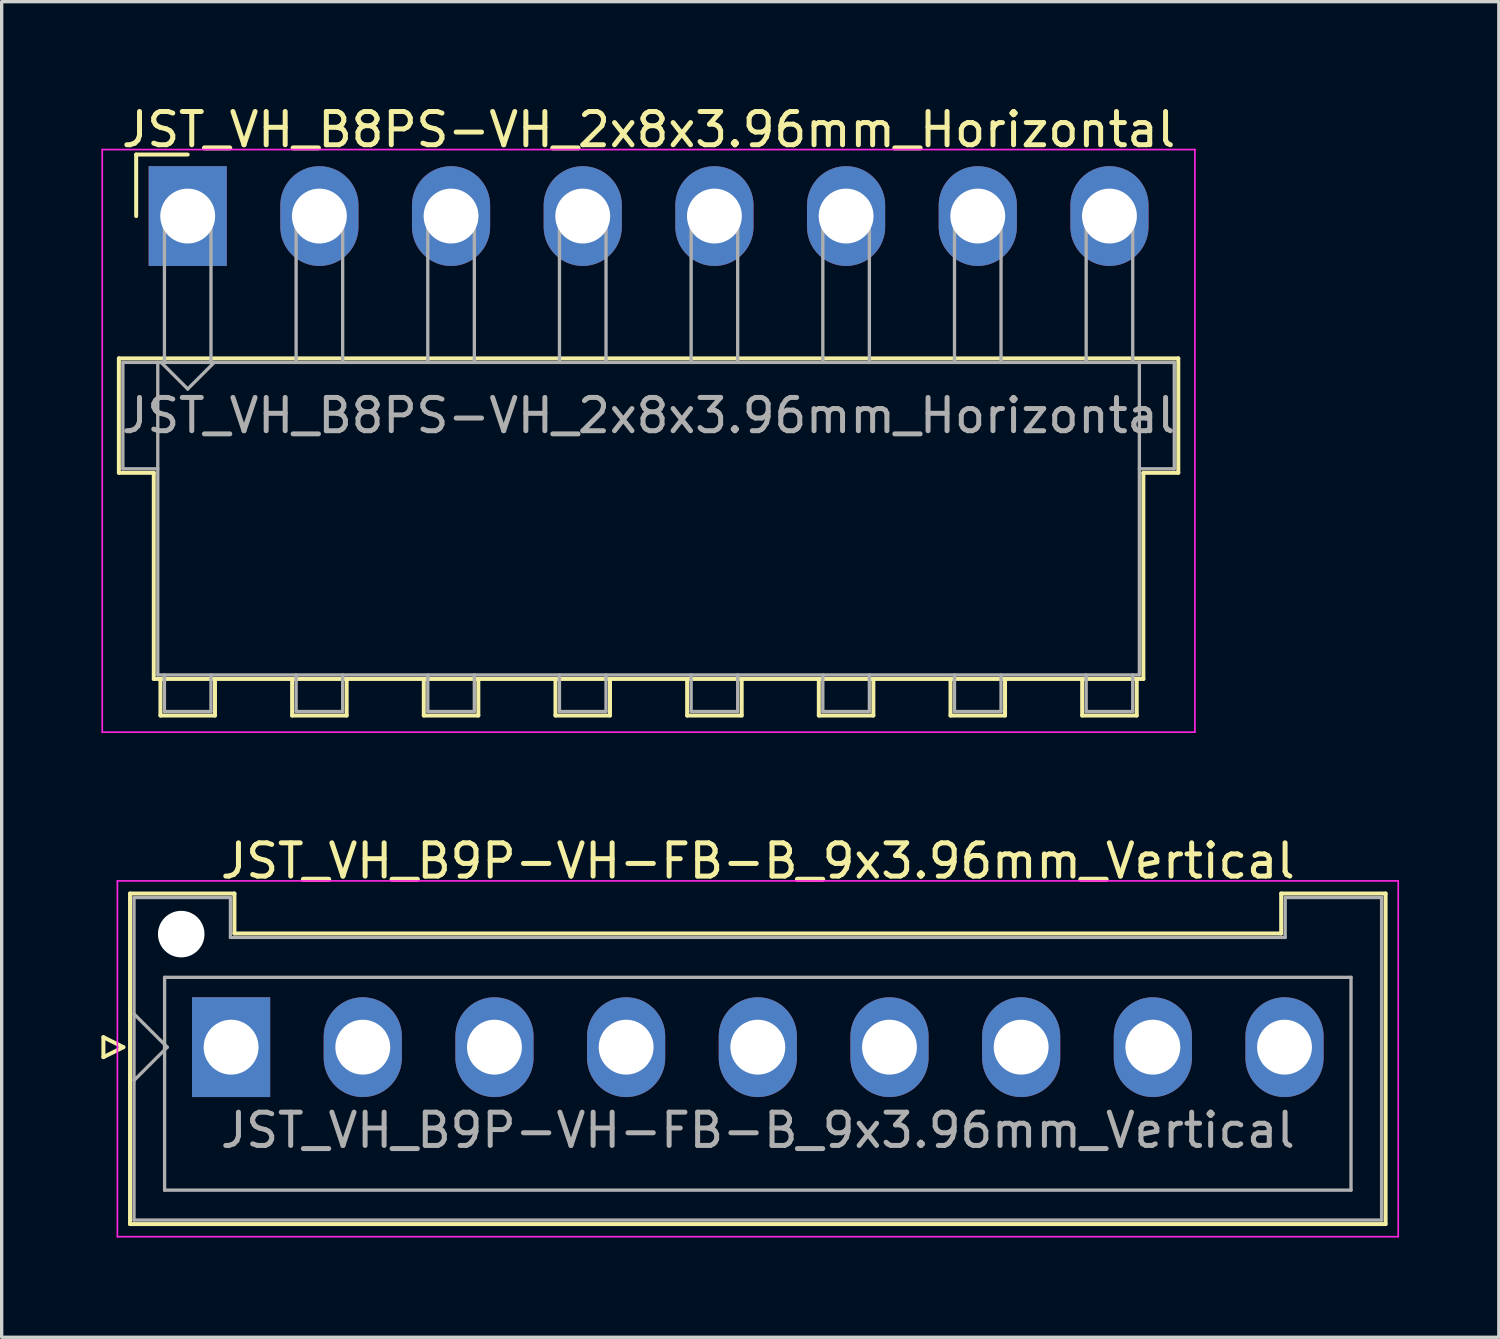
<source format=kicad_pcb>
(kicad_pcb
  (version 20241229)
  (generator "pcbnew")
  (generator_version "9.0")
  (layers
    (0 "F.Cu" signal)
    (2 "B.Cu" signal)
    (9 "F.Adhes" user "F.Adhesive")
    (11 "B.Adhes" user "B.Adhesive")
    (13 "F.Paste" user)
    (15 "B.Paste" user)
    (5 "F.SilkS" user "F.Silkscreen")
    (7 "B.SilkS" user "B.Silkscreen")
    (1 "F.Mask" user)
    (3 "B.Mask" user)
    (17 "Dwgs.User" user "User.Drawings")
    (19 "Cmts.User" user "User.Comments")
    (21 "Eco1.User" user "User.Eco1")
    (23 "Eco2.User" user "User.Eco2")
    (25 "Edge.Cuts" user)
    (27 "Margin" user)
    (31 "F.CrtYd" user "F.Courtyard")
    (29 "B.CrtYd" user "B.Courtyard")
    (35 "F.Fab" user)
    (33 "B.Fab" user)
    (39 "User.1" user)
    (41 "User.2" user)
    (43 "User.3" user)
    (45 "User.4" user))
  (footprint "JST_VH_B8PS-VH_2x8x3.96mm_Horizontal"
    (layer "F.Cu")
    (at 2.595 3.448)
    (property "Reference" "JST_VH_B8PS-VH_2x8x3.96mm_Horizontal" (at 13.86 -2.6 0) (layer "F.SilkS") (effects (font (size 1 1) (thickness 0.15))))
    (attr through_hole)
    (fp_line (start -2.07 4.28) (end 29.79 4.28) (stroke (width 0.12) (type solid)) (layer "F.SilkS"))
    (fp_line (start -2.07 7.72) (end -2.07 4.28) (stroke (width 0.12) (type solid)) (layer "F.SilkS"))
    (fp_line (start -1.55 -1.85) (end -1.55 0) (stroke (width 0.12) (type solid)) (layer "F.SilkS"))
    (fp_line (start -1.02 7.72) (end -2.07 7.72) (stroke (width 0.12) (type solid)) (layer "F.SilkS"))
    (fp_line (start -1.02 13.92) (end -1.02 7.72) (stroke (width 0.12) (type solid)) (layer "F.SilkS"))
    (fp_line (start -0.82 13.92) (end -0.82 15.02) (stroke (width 0.12) (type solid)) (layer "F.SilkS"))
    (fp_line (start -0.82 15.02) (end 0.82 15.02) (stroke (width 0.12) (type solid)) (layer "F.SilkS"))
    (fp_line (start 0 -1.85) (end -1.55 -1.85) (stroke (width 0.12) (type solid)) (layer "F.SilkS"))
    (fp_line (start 0.82 15.02) (end 0.82 13.92) (stroke (width 0.12) (type solid)) (layer "F.SilkS"))
    (fp_line (start 3.14 13.92) (end 3.14 15.02) (stroke (width 0.12) (type solid)) (layer "F.SilkS"))
    (fp_line (start 3.14 15.02) (end 4.78 15.02) (stroke (width 0.12) (type solid)) (layer "F.SilkS"))
    (fp_line (start 4.78 15.02) (end 4.78 13.92) (stroke (width 0.12) (type solid)) (layer "F.SilkS"))
    (fp_line (start 7.1 13.92) (end 7.1 15.02) (stroke (width 0.12) (type solid)) (layer "F.SilkS"))
    (fp_line (start 7.1 15.02) (end 8.74 15.02) (stroke (width 0.12) (type solid)) (layer "F.SilkS"))
    (fp_line (start 8.74 15.02) (end 8.74 13.92) (stroke (width 0.12) (type solid)) (layer "F.SilkS"))
    (fp_line (start 11.06 13.92) (end 11.06 15.02) (stroke (width 0.12) (type solid)) (layer "F.SilkS"))
    (fp_line (start 11.06 15.02) (end 12.7 15.02) (stroke (width 0.12) (type solid)) (layer "F.SilkS"))
    (fp_line (start 12.7 15.02) (end 12.7 13.92) (stroke (width 0.12) (type solid)) (layer "F.SilkS"))
    (fp_line (start 15.02 13.92) (end 15.02 15.02) (stroke (width 0.12) (type solid)) (layer "F.SilkS"))
    (fp_line (start 15.02 15.02) (end 16.66 15.02) (stroke (width 0.12) (type solid)) (layer "F.SilkS"))
    (fp_line (start 16.66 15.02) (end 16.66 13.92) (stroke (width 0.12) (type solid)) (layer "F.SilkS"))
    (fp_line (start 18.98 13.92) (end 18.98 15.02) (stroke (width 0.12) (type solid)) (layer "F.SilkS"))
    (fp_line (start 18.98 15.02) (end 20.62 15.02) (stroke (width 0.12) (type solid)) (layer "F.SilkS"))
    (fp_line (start 20.62 15.02) (end 20.62 13.92) (stroke (width 0.12) (type solid)) (layer "F.SilkS"))
    (fp_line (start 22.94 13.92) (end 22.94 15.02) (stroke (width 0.12) (type solid)) (layer "F.SilkS"))
    (fp_line (start 22.94 15.02) (end 24.58 15.02) (stroke (width 0.12) (type solid)) (layer "F.SilkS"))
    (fp_line (start 24.58 15.02) (end 24.58 13.92) (stroke (width 0.12) (type solid)) (layer "F.SilkS"))
    (fp_line (start 26.9 13.92) (end 26.9 15.02) (stroke (width 0.12) (type solid)) (layer "F.SilkS"))
    (fp_line (start 26.9 15.02) (end 28.54 15.02) (stroke (width 0.12) (type solid)) (layer "F.SilkS"))
    (fp_line (start 28.54 15.02) (end 28.54 13.92) (stroke (width 0.12) (type solid)) (layer "F.SilkS"))
    (fp_line (start 28.74 7.72) (end 28.74 13.92) (stroke (width 0.12) (type solid)) (layer "F.SilkS"))
    (fp_line (start 28.74 13.92) (end -1.02 13.92) (stroke (width 0.12) (type solid)) (layer "F.SilkS"))
    (fp_line (start 29.79 4.28) (end 29.79 7.72) (stroke (width 0.12) (type solid)) (layer "F.SilkS"))
    (fp_line (start 29.79 7.72) (end 28.74 7.72) (stroke (width 0.12) (type solid)) (layer "F.SilkS"))
    (fp_line (start -2.57 -2) (end -2.57 15.52) (stroke (width 0.05) (type solid)) (layer "F.CrtYd"))
    (fp_line (start -2.57 15.52) (end 30.29 15.52) (stroke (width 0.05) (type solid)) (layer "F.CrtYd"))
    (fp_line (start 30.29 -2) (end -2.57 -2) (stroke (width 0.05) (type solid)) (layer "F.CrtYd"))
    (fp_line (start 30.29 15.52) (end 30.29 -2) (stroke (width 0.05) (type solid)) (layer "F.CrtYd"))
    (fp_line (start -1.95 4.4) (end -0.9 4.4) (stroke (width 0.1) (type solid)) (layer "F.Fab"))
    (fp_line (start -1.95 7.6) (end -1.95 4.4) (stroke (width 0.1) (type solid)) (layer "F.Fab"))
    (fp_line (start -0.9 4.4) (end -0.9 13.8) (stroke (width 0.1) (type solid)) (layer "F.Fab"))
    (fp_line (start -0.9 7.6) (end -1.95 7.6) (stroke (width 0.1) (type solid)) (layer "F.Fab"))
    (fp_line (start -0.9 13.8) (end 28.62 13.8) (stroke (width 0.1) (type solid)) (layer "F.Fab"))
    (fp_line (start -0.8 4.4) (end 0 5.2) (stroke (width 0.1) (type solid)) (layer "F.Fab"))
    (fp_line (start -0.7 0) (end 0.7 0) (stroke (width 0.1) (type solid)) (layer "F.Fab"))
    (fp_line (start -0.7 4.4) (end -0.7 0) (stroke (width 0.1) (type solid)) (layer "F.Fab"))
    (fp_line (start -0.7 13.8) (end -0.7 14.9) (stroke (width 0.1) (type solid)) (layer "F.Fab"))
    (fp_line (start -0.7 14.9) (end 0.7 14.9) (stroke (width 0.1) (type solid)) (layer "F.Fab"))
    (fp_line (start 0 5.2) (end 0.8 4.4) (stroke (width 0.1) (type solid)) (layer "F.Fab"))
    (fp_line (start 0.7 0) (end 0.7 4.4) (stroke (width 0.1) (type solid)) (layer "F.Fab"))
    (fp_line (start 0.7 14.9) (end 0.7 13.8) (stroke (width 0.1) (type solid)) (layer "F.Fab"))
    (fp_line (start 3.26 0) (end 4.66 0) (stroke (width 0.1) (type solid)) (layer "F.Fab"))
    (fp_line (start 3.26 4.4) (end 3.26 0) (stroke (width 0.1) (type solid)) (layer "F.Fab"))
    (fp_line (start 3.26 13.8) (end 3.26 14.9) (stroke (width 0.1) (type solid)) (layer "F.Fab"))
    (fp_line (start 3.26 14.9) (end 4.66 14.9) (stroke (width 0.1) (type solid)) (layer "F.Fab"))
    (fp_line (start 4.66 0) (end 4.66 4.4) (stroke (width 0.1) (type solid)) (layer "F.Fab"))
    (fp_line (start 4.66 14.9) (end 4.66 13.8) (stroke (width 0.1) (type solid)) (layer "F.Fab"))
    (fp_line (start 7.22 0) (end 8.62 0) (stroke (width 0.1) (type solid)) (layer "F.Fab"))
    (fp_line (start 7.22 4.4) (end 7.22 0) (stroke (width 0.1) (type solid)) (layer "F.Fab"))
    (fp_line (start 7.22 13.8) (end 7.22 14.9) (stroke (width 0.1) (type solid)) (layer "F.Fab"))
    (fp_line (start 7.22 14.9) (end 8.62 14.9) (stroke (width 0.1) (type solid)) (layer "F.Fab"))
    (fp_line (start 8.62 0) (end 8.62 4.4) (stroke (width 0.1) (type solid)) (layer "F.Fab"))
    (fp_line (start 8.62 14.9) (end 8.62 13.8) (stroke (width 0.1) (type solid)) (layer "F.Fab"))
    (fp_line (start 11.18 0) (end 12.58 0) (stroke (width 0.1) (type solid)) (layer "F.Fab"))
    (fp_line (start 11.18 4.4) (end 11.18 0) (stroke (width 0.1) (type solid)) (layer "F.Fab"))
    (fp_line (start 11.18 13.8) (end 11.18 14.9) (stroke (width 0.1) (type solid)) (layer "F.Fab"))
    (fp_line (start 11.18 14.9) (end 12.58 14.9) (stroke (width 0.1) (type solid)) (layer "F.Fab"))
    (fp_line (start 12.58 0) (end 12.58 4.4) (stroke (width 0.1) (type solid)) (layer "F.Fab"))
    (fp_line (start 12.58 14.9) (end 12.58 13.8) (stroke (width 0.1) (type solid)) (layer "F.Fab"))
    (fp_line (start 15.14 0) (end 16.54 0) (stroke (width 0.1) (type solid)) (layer "F.Fab"))
    (fp_line (start 15.14 4.4) (end 15.14 0) (stroke (width 0.1) (type solid)) (layer "F.Fab"))
    (fp_line (start 15.14 13.8) (end 15.14 14.9) (stroke (width 0.1) (type solid)) (layer "F.Fab"))
    (fp_line (start 15.14 14.9) (end 16.54 14.9) (stroke (width 0.1) (type solid)) (layer "F.Fab"))
    (fp_line (start 16.54 0) (end 16.54 4.4) (stroke (width 0.1) (type solid)) (layer "F.Fab"))
    (fp_line (start 16.54 14.9) (end 16.54 13.8) (stroke (width 0.1) (type solid)) (layer "F.Fab"))
    (fp_line (start 19.1 0) (end 20.5 0) (stroke (width 0.1) (type solid)) (layer "F.Fab"))
    (fp_line (start 19.1 4.4) (end 19.1 0) (stroke (width 0.1) (type solid)) (layer "F.Fab"))
    (fp_line (start 19.1 13.8) (end 19.1 14.9) (stroke (width 0.1) (type solid)) (layer "F.Fab"))
    (fp_line (start 19.1 14.9) (end 20.5 14.9) (stroke (width 0.1) (type solid)) (layer "F.Fab"))
    (fp_line (start 20.5 0) (end 20.5 4.4) (stroke (width 0.1) (type solid)) (layer "F.Fab"))
    (fp_line (start 20.5 14.9) (end 20.5 13.8) (stroke (width 0.1) (type solid)) (layer "F.Fab"))
    (fp_line (start 23.06 0) (end 24.46 0) (stroke (width 0.1) (type solid)) (layer "F.Fab"))
    (fp_line (start 23.06 4.4) (end 23.06 0) (stroke (width 0.1) (type solid)) (layer "F.Fab"))
    (fp_line (start 23.06 13.8) (end 23.06 14.9) (stroke (width 0.1) (type solid)) (layer "F.Fab"))
    (fp_line (start 23.06 14.9) (end 24.46 14.9) (stroke (width 0.1) (type solid)) (layer "F.Fab"))
    (fp_line (start 24.46 0) (end 24.46 4.4) (stroke (width 0.1) (type solid)) (layer "F.Fab"))
    (fp_line (start 24.46 14.9) (end 24.46 13.8) (stroke (width 0.1) (type solid)) (layer "F.Fab"))
    (fp_line (start 27.02 0) (end 28.42 0) (stroke (width 0.1) (type solid)) (layer "F.Fab"))
    (fp_line (start 27.02 4.4) (end 27.02 0) (stroke (width 0.1) (type solid)) (layer "F.Fab"))
    (fp_line (start 27.02 13.8) (end 27.02 14.9) (stroke (width 0.1) (type solid)) (layer "F.Fab"))
    (fp_line (start 27.02 14.9) (end 28.42 14.9) (stroke (width 0.1) (type solid)) (layer "F.Fab"))
    (fp_line (start 28.42 0) (end 28.42 4.4) (stroke (width 0.1) (type solid)) (layer "F.Fab"))
    (fp_line (start 28.42 14.9) (end 28.42 13.8) (stroke (width 0.1) (type solid)) (layer "F.Fab"))
    (fp_line (start 28.62 4.4) (end -0.9 4.4) (stroke (width 0.1) (type solid)) (layer "F.Fab"))
    (fp_line (start 28.62 4.4) (end 29.67 4.4) (stroke (width 0.1) (type solid)) (layer "F.Fab"))
    (fp_line (start 28.62 13.8) (end 28.62 4.4) (stroke (width 0.1) (type solid)) (layer "F.Fab"))
    (fp_line (start 29.67 4.4) (end 29.67 7.6) (stroke (width 0.1) (type solid)) (layer "F.Fab"))
    (fp_line (start 29.67 7.6) (end 28.62 7.6) (stroke (width 0.1) (type solid)) (layer "F.Fab"))
    (fp_text user "${REFERENCE}" (at 13.86 6 0) (layer "F.Fab") (effects (font (size 1 1) (thickness 0.15))))
    (pad "1" thru_hole rect (at 0 0) (size 2.35 3) (drill 1.65) (layers "*.Cu" "*.Mask"))
    (pad "2" thru_hole oval (at 3.96 0) (size 2.35 3) (drill 1.65) (layers "*.Cu" "*.Mask"))
    (pad "3" thru_hole oval (at 7.92 0) (size 2.35 3) (drill 1.65) (layers "*.Cu" "*.Mask"))
    (pad "4" thru_hole oval (at 11.88 0) (size 2.35 3) (drill 1.65) (layers "*.Cu" "*.Mask"))
    (pad "5" thru_hole oval (at 15.84 0) (size 2.35 3) (drill 1.65) (layers "*.Cu" "*.Mask"))
    (pad "6" thru_hole oval (at 19.8 0) (size 2.35 3) (drill 1.65) (layers "*.Cu" "*.Mask"))
    (pad "7" thru_hole oval (at 23.76 0) (size 2.35 3) (drill 1.65) (layers "*.Cu" "*.Mask"))
    (pad "8" thru_hole oval (at 27.72 0) (size 2.35 3) (drill 1.65) (layers "*.Cu" "*.Mask")))
  (footprint "JST_VH_B9P-VH-FB-B_9x3.96mm_Vertical"
    (layer "F.Cu")
    (at 3.9 28.442)
    (property "Reference" "JST_VH_B9P-VH-FB-B_9x3.96mm_Vertical" (at 15.84 -5.6 0) (layer "F.SilkS") (effects (font (size 1 1) (thickness 0.15))))
    (attr through_hole)
    (fp_line (start -3.84 -0.3) (end -3.24 0) (stroke (width 0.12) (type solid)) (layer "F.SilkS"))
    (fp_line (start -3.84 0.3) (end -3.84 -0.3) (stroke (width 0.12) (type solid)) (layer "F.SilkS"))
    (fp_line (start -3.24 0) (end -3.84 0.3) (stroke (width 0.12) (type solid)) (layer "F.SilkS"))
    (fp_line (start -3.04 -4.62) (end 0.1 -4.62) (stroke (width 0.12) (type solid)) (layer "F.SilkS"))
    (fp_line (start -3.04 5.32) (end -3.04 -4.62) (stroke (width 0.12) (type solid)) (layer "F.SilkS"))
    (fp_line (start 0.1 -4.62) (end 0.1 -3.42) (stroke (width 0.12) (type solid)) (layer "F.SilkS"))
    (fp_line (start 0.1 -3.42) (end 31.58 -3.42) (stroke (width 0.12) (type solid)) (layer "F.SilkS"))
    (fp_line (start 31.58 -4.62) (end 34.72 -4.62) (stroke (width 0.12) (type solid)) (layer "F.SilkS"))
    (fp_line (start 31.58 -3.42) (end 31.58 -4.62) (stroke (width 0.12) (type solid)) (layer "F.SilkS"))
    (fp_line (start 34.72 -4.62) (end 34.72 5.32) (stroke (width 0.12) (type solid)) (layer "F.SilkS"))
    (fp_line (start 34.72 5.32) (end -3.04 5.32) (stroke (width 0.12) (type solid)) (layer "F.SilkS"))
    (fp_line (start -3.42 -5) (end -3.42 5.7) (stroke (width 0.05) (type solid)) (layer "F.CrtYd"))
    (fp_line (start -3.42 5.7) (end 35.1 5.7) (stroke (width 0.05) (type solid)) (layer "F.CrtYd"))
    (fp_line (start 35.1 -5) (end -3.42 -5) (stroke (width 0.05) (type solid)) (layer "F.CrtYd"))
    (fp_line (start 35.1 5.7) (end 35.1 -5) (stroke (width 0.05) (type solid)) (layer "F.CrtYd"))
    (fp_line (start -2.92 -4.5) (end -0.02 -4.5) (stroke (width 0.1) (type solid)) (layer "F.Fab"))
    (fp_line (start -2.92 -1) (end -1.92 0) (stroke (width 0.1) (type solid)) (layer "F.Fab"))
    (fp_line (start -2.92 1) (end -1.92 0) (stroke (width 0.1) (type solid)) (layer "F.Fab"))
    (fp_line (start -2.92 5.2) (end -2.92 -4.5) (stroke (width 0.1) (type solid)) (layer "F.Fab"))
    (fp_line (start -2 -2.1) (end 33.68 -2.1) (stroke (width 0.1) (type solid)) (layer "F.Fab"))
    (fp_line (start -2 4.3) (end -2 -2.1) (stroke (width 0.1) (type solid)) (layer "F.Fab"))
    (fp_line (start -0.02 -4.5) (end -0.02 -3.3) (stroke (width 0.1) (type solid)) (layer "F.Fab"))
    (fp_line (start -0.02 -3.3) (end 31.7 -3.3) (stroke (width 0.1) (type solid)) (layer "F.Fab"))
    (fp_line (start 31.7 -4.5) (end 34.6 -4.5) (stroke (width 0.1) (type solid)) (layer "F.Fab"))
    (fp_line (start 31.7 -3.3) (end 31.7 -4.5) (stroke (width 0.1) (type solid)) (layer "F.Fab"))
    (fp_line (start 33.68 -2.1) (end 33.68 4.3) (stroke (width 0.1) (type solid)) (layer "F.Fab"))
    (fp_line (start 33.68 4.3) (end -2 4.3) (stroke (width 0.1) (type solid)) (layer "F.Fab"))
    (fp_line (start 34.6 -4.5) (end 34.6 5.2) (stroke (width 0.1) (type solid)) (layer "F.Fab"))
    (fp_line (start 34.6 5.2) (end -2.92 5.2) (stroke (width 0.1) (type solid)) (layer "F.Fab"))
    (fp_text user "${REFERENCE}" (at 15.84 2.5 0) (layer "F.Fab") (effects (font (size 1 1) (thickness 0.15))))
    (pad "" np_thru_hole circle (at -1.5 -3.4) (size 1.4 1.4) (drill 1.4) (layers "*.Cu" "*.Mask"))
    (pad "1" thru_hole rect (at 0 0) (size 2.35 3) (drill 1.65) (layers "*.Cu" "*.Mask"))
    (pad "2" thru_hole oval (at 3.96 0) (size 2.35 3) (drill 1.65) (layers "*.Cu" "*.Mask"))
    (pad "3" thru_hole oval (at 7.92 0) (size 2.35 3) (drill 1.65) (layers "*.Cu" "*.Mask"))
    (pad "4" thru_hole oval (at 11.88 0) (size 2.35 3) (drill 1.65) (layers "*.Cu" "*.Mask"))
    (pad "5" thru_hole oval (at 15.84 0) (size 2.35 3) (drill 1.65) (layers "*.Cu" "*.Mask"))
    (pad "6" thru_hole oval (at 19.8 0) (size 2.35 3) (drill 1.65) (layers "*.Cu" "*.Mask"))
    (pad "7" thru_hole oval (at 23.76 0) (size 2.35 3) (drill 1.65) (layers "*.Cu" "*.Mask"))
    (pad "8" thru_hole oval (at 27.72 0) (size 2.35 3) (drill 1.65) (layers "*.Cu" "*.Mask"))
    (pad "9" thru_hole oval (at 31.68 0) (size 2.35 3) (drill 1.65) (layers "*.Cu" "*.Mask")))
  (gr_rect
    (start -3 -3)
    (end 42.025 37.166)
    (stroke (width 0.1) (type default))
    (fill no)
    (layer "Edge.Cuts")))
</source>
